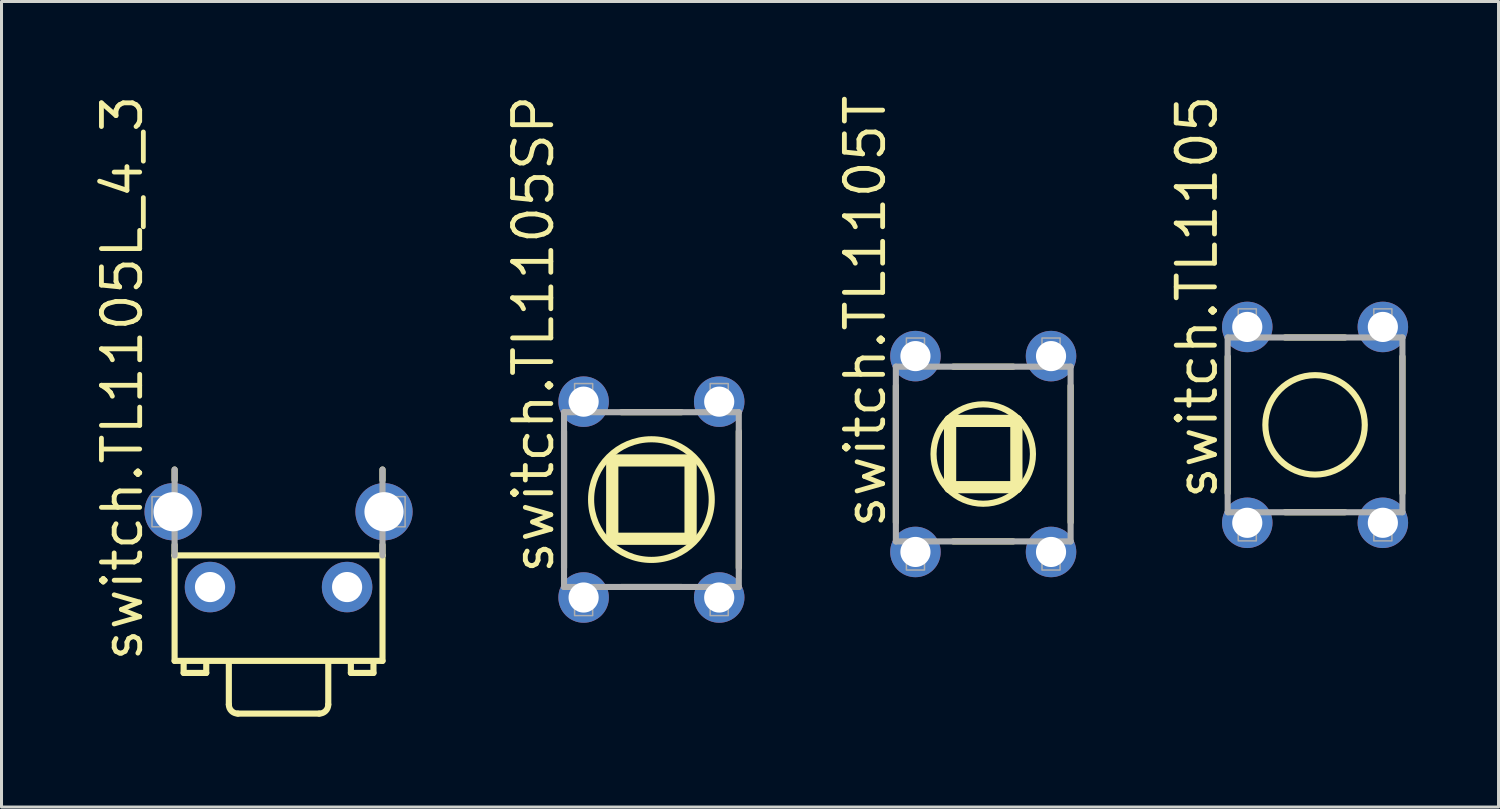
<source format=kicad_pcb>
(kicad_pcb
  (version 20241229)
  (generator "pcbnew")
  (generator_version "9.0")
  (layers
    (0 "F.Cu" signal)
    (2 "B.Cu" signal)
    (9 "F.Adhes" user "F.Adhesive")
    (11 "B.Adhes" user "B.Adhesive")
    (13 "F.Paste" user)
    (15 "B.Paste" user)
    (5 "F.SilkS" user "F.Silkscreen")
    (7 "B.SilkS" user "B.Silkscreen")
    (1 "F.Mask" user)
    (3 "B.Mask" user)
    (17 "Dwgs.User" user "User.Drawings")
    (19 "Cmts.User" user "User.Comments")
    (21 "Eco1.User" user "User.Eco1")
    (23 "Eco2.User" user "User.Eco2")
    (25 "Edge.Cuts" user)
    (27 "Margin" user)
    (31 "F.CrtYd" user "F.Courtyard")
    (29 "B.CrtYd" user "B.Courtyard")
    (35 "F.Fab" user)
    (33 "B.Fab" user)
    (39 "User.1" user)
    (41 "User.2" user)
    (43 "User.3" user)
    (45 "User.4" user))
  (footprint "switch.TL1105T"
    (layer "F.Cu")
    (at 29.583 12.019)
    (property "Reference" "switch.TL1105T" (at -3.175 2.54 90) (layer "F.SilkS") (effects (font (size 1.27 1.27) (thickness 0.16)) (justify left bottom)))
    (attr through_hole)
    (fp_line (start -2.9 -2.265) (end -2.9 2.265) (stroke (width 0.203) (type default)) (layer "F.SilkS"))
    (fp_line (start -1.1 -1.1) (end 1.1 -1.1) (stroke (width 0.406) (type default)) (layer "F.SilkS"))
    (fp_line (start -1.1 1.1) (end -1.1 -1.1) (stroke (width 0.406) (type default)) (layer "F.SilkS"))
    (fp_line (start -0.995 -2.9) (end 0.995 -2.9) (stroke (width 0.203) (type default)) (layer "F.SilkS"))
    (fp_line (start 0.995 2.9) (end -0.995 2.9) (stroke (width 0.203) (type default)) (layer "F.SilkS"))
    (fp_line (start 1.1 -1.1) (end 1.1 1.1) (stroke (width 0.406) (type default)) (layer "F.SilkS"))
    (fp_line (start 1.1 1.1) (end -1.1 1.1) (stroke (width 0.406) (type default)) (layer "F.SilkS"))
    (fp_line (start 2.9 -2.265) (end 2.9 2.265) (stroke (width 0.203) (type default)) (layer "F.SilkS"))
    (fp_circle (center 0 0) (end 1.65 0) (stroke (width 0.203) (type default)) (fill no) (layer "F.SilkS"))
    (fp_line (start -2.9 -2.9) (end -2.9 2.9) (stroke (width 0.203) (type default)) (layer "F.Fab"))
    (fp_line (start -2.9 -2.9) (end 2.9 -2.9) (stroke (width 0.203) (type default)) (layer "F.Fab"))
    (fp_line (start 2.9 -2.9) (end 2.9 2.9) (stroke (width 0.203) (type default)) (layer "F.Fab"))
    (fp_line (start 2.9 2.9) (end -2.9 2.9) (stroke (width 0.203) (type default)) (layer "F.Fab"))
    (fp_rect (start -2.55 -2.925) (end -1.95 -3.85) (stroke (width 0.05) (type default)) (fill no) (layer "F.Fab"))
    (fp_rect (start -2.55 3.85) (end -1.95 2.925) (stroke (width 0.05) (type default)) (fill no) (layer "F.Fab"))
    (fp_rect (start 1.95 -2.925) (end 2.55 -3.85) (stroke (width 0.05) (type default)) (fill no) (layer "F.Fab"))
    (fp_rect (start 1.95 3.85) (end 2.55 2.925) (stroke (width 0.05) (type default)) (fill no) (layer "F.Fab"))
    (pad "1" thru_hole circle (at -2.25 -3.25 90) (size 1.676 1.676) (drill 1) (layers "*.Cu" "*.Mask"))
    (pad "2" thru_hole circle (at 2.25 -3.25 90) (size 1.676 1.676) (drill 1) (layers "*.Cu" "*.Mask"))
    (pad "3" thru_hole circle (at -2.25 3.25 90) (size 1.676 1.676) (drill 1) (layers "*.Cu" "*.Mask"))
    (pad "4" thru_hole circle (at 2.25 3.25 90) (size 1.676 1.676) (drill 1) (layers "*.Cu" "*.Mask")))
  (footprint "switch.TL1105L_4_3"
    (layer "F.Cu")
    (at 6.195 16.434)
    (property "Reference" "switch.TL1105L_4_3" (at -4.445 2.54 90) (layer "F.SilkS") (effects (font (size 1.27 1.27) (thickness 0.16)) (justify left bottom)))
    (attr through_hole)
    (fp_line (start -3.45 -3.9) (end -3.45 -3.55) (stroke (width 0.203) (type default)) (layer "F.SilkS"))
    (fp_line (start -3.45 -1.4) (end -3.45 -1.05) (stroke (width 0.203) (type default)) (layer "F.SilkS"))
    (fp_line (start -3.45 -1.05) (end -3.45 2.45) (stroke (width 0.203) (type default)) (layer "F.SilkS"))
    (fp_line (start -3.45 -1.05) (end 3.45 -1.05) (stroke (width 0.203) (type default)) (layer "F.SilkS"))
    (fp_line (start -3.45 2.45) (end 3.45 2.45) (stroke (width 0.203) (type default)) (layer "F.SilkS"))
    (fp_line (start -3.15 2.55) (end -3.15 2.85) (stroke (width 0.203) (type default)) (layer "F.SilkS"))
    (fp_line (start -3.15 2.85) (end -2.4 2.85) (stroke (width 0.203) (type default)) (layer "F.SilkS"))
    (fp_line (start -2.4 2.55) (end -2.4 2.85) (stroke (width 0.203) (type default)) (layer "F.SilkS"))
    (fp_line (start -1.65 2.55) (end -1.65 3.9) (stroke (width 0.203) (type default)) (layer "F.SilkS"))
    (fp_line (start -1.35 4.2) (end 1.35 4.2) (stroke (width 0.203) (type default)) (layer "F.SilkS"))
    (fp_line (start 1.65 3.9) (end 1.65 2.55) (stroke (width 0.203) (type default)) (layer "F.SilkS"))
    (fp_line (start 2.4 2.85) (end 2.4 2.55) (stroke (width 0.203) (type default)) (layer "F.SilkS"))
    (fp_line (start 2.4 2.85) (end 3.15 2.85) (stroke (width 0.203) (type default)) (layer "F.SilkS"))
    (fp_line (start 3.15 2.85) (end 3.15 2.55) (stroke (width 0.203) (type default)) (layer "F.SilkS"))
    (fp_line (start 3.45 -3.55) (end 3.45 -3.9) (stroke (width 0.203) (type default)) (layer "F.SilkS"))
    (fp_line (start 3.45 -1.05) (end 3.45 -1.4) (stroke (width 0.203) (type default)) (layer "F.SilkS"))
    (fp_line (start 3.45 2.45) (end 3.45 -1.05) (stroke (width 0.203) (type default)) (layer "F.SilkS"))
    (fp_arc (start -1.35 4.2) (mid -1.562132 4.112132) (end -1.65 3.9) (stroke (width 0.2032) (type default)) (layer "F.SilkS"))
    (fp_arc (start 1.65 3.9) (mid 1.562132 4.112132) (end 1.35 4.2) (stroke (width 0.2032) (type default)) (layer "F.SilkS"))
    (fp_line (start -3.45 -3.9) (end -3.45 -1.05) (stroke (width 0.203) (type default)) (layer "F.Fab"))
    (fp_line (start 3.45 -1.05) (end 3.45 -3.9) (stroke (width 0.203) (type default)) (layer "F.Fab"))
    (fp_rect (start -4.2 -2) (end -3.45 -3) (stroke (width 0.05) (type default)) (fill no) (layer "F.Fab"))
    (fp_rect (start 3.45 -2) (end 4.2 -3) (stroke (width 0.05) (type default)) (fill no) (layer "F.Fab"))
    (pad "1" thru_hole circle (at -2.275 0 90) (size 1.676 1.676) (drill 1) (layers "*.Cu" "*.Mask"))
    (pad "2" thru_hole circle (at 2.275 0 90) (size 1.676 1.676) (drill 1) (layers "*.Cu" "*.Mask"))
    (pad "3" thru_hole circle (at -3.5 -2.5 90) (size 1.9 1.9) (drill 1.3) (layers "*.Cu" "*.Mask"))
    (pad "4" thru_hole circle (at 3.5 -2.5 90) (size 1.9 1.9) (drill 1.3) (layers "*.Cu" "*.Mask")))
  (footprint "switch.TL1105"
    (layer "F.Cu")
    (at 40.596 11.051)
    (property "Reference" "switch.TL1105" (at -3.175 2.54 90) (layer "F.SilkS") (effects (font (size 1.27 1.27) (thickness 0.16)) (justify left bottom)))
    (attr through_hole)
    (fp_line (start -2.9 -2.265) (end -2.9 2.265) (stroke (width 0.203) (type default)) (layer "F.SilkS"))
    (fp_line (start -0.995 -2.9) (end 0.995 -2.9) (stroke (width 0.203) (type default)) (layer "F.SilkS"))
    (fp_line (start 0.995 2.9) (end -0.995 2.9) (stroke (width 0.203) (type default)) (layer "F.SilkS"))
    (fp_line (start 2.9 -2.265) (end 2.9 2.265) (stroke (width 0.203) (type default)) (layer "F.SilkS"))
    (fp_circle (center 0 0) (end 1.65 0) (stroke (width 0.203) (type default)) (fill no) (layer "F.SilkS"))
    (fp_line (start -2.9 -2.9) (end -2.9 2.9) (stroke (width 0.203) (type default)) (layer "F.Fab"))
    (fp_line (start -2.9 -2.9) (end 2.9 -2.9) (stroke (width 0.203) (type default)) (layer "F.Fab"))
    (fp_line (start 2.9 -2.9) (end 2.9 2.9) (stroke (width 0.203) (type default)) (layer "F.Fab"))
    (fp_line (start 2.9 2.9) (end -2.9 2.9) (stroke (width 0.203) (type default)) (layer "F.Fab"))
    (fp_rect (start -2.55 -2.925) (end -1.95 -3.85) (stroke (width 0.05) (type default)) (fill no) (layer "F.Fab"))
    (fp_rect (start -2.55 3.85) (end -1.95 2.925) (stroke (width 0.05) (type default)) (fill no) (layer "F.Fab"))
    (fp_rect (start 1.95 -2.925) (end 2.55 -3.85) (stroke (width 0.05) (type default)) (fill no) (layer "F.Fab"))
    (fp_rect (start 1.95 3.85) (end 2.55 2.925) (stroke (width 0.05) (type default)) (fill no) (layer "F.Fab"))
    (pad "1" thru_hole circle (at -2.25 -3.25 90) (size 1.676 1.676) (drill 1) (layers "*.Cu" "*.Mask"))
    (pad "2" thru_hole circle (at 2.25 -3.25 90) (size 1.676 1.676) (drill 1) (layers "*.Cu" "*.Mask"))
    (pad "3" thru_hole circle (at -2.25 3.25 90) (size 1.676 1.676) (drill 1) (layers "*.Cu" "*.Mask"))
    (pad "4" thru_hole circle (at 2.25 3.25 90) (size 1.676 1.676) (drill 1) (layers "*.Cu" "*.Mask")))
  (footprint "switch.TL1105SP"
    (layer "F.Cu")
    (at 18.57 13.531)
    (property "Reference" "switch.TL1105SP" (at -3.175 2.54 90) (layer "F.SilkS") (effects (font (size 1.27 1.27) (thickness 0.16)) (justify left bottom)))
    (attr through_hole)
    (fp_line (start -2.9 -2.265) (end -2.9 2.265) (stroke (width 0.203) (type default)) (layer "F.SilkS"))
    (fp_line (start -1.3 -1.3) (end 1.3 -1.3) (stroke (width 0.406) (type default)) (layer "F.SilkS"))
    (fp_line (start -1.3 1.3) (end -1.3 -1.3) (stroke (width 0.406) (type default)) (layer "F.SilkS"))
    (fp_line (start -0.995 -2.9) (end 0.995 -2.9) (stroke (width 0.203) (type default)) (layer "F.SilkS"))
    (fp_line (start 0.995 2.9) (end -0.995 2.9) (stroke (width 0.203) (type default)) (layer "F.SilkS"))
    (fp_line (start 1.3 -1.3) (end 1.3 1.3) (stroke (width 0.406) (type default)) (layer "F.SilkS"))
    (fp_line (start 1.3 1.3) (end -1.3 1.3) (stroke (width 0.406) (type default)) (layer "F.SilkS"))
    (fp_line (start 2.9 -2.265) (end 2.9 2.265) (stroke (width 0.203) (type default)) (layer "F.SilkS"))
    (fp_circle (center 0 0) (end 2.002 0) (stroke (width 0.203) (type default)) (fill no) (layer "F.SilkS"))
    (fp_line (start -2.9 -2.9) (end -2.9 2.9) (stroke (width 0.203) (type default)) (layer "F.Fab"))
    (fp_line (start -2.9 -2.9) (end 2.9 -2.9) (stroke (width 0.203) (type default)) (layer "F.Fab"))
    (fp_line (start 2.9 -2.9) (end 2.9 2.9) (stroke (width 0.203) (type default)) (layer "F.Fab"))
    (fp_line (start 2.9 2.9) (end -2.9 2.9) (stroke (width 0.203) (type default)) (layer "F.Fab"))
    (fp_rect (start -2.55 -2.925) (end -1.95 -3.85) (stroke (width 0.05) (type default)) (fill no) (layer "F.Fab"))
    (fp_rect (start -2.55 3.85) (end -1.95 2.925) (stroke (width 0.05) (type default)) (fill no) (layer "F.Fab"))
    (fp_rect (start 1.95 -2.925) (end 2.55 -3.85) (stroke (width 0.05) (type default)) (fill no) (layer "F.Fab"))
    (fp_rect (start 1.95 3.85) (end 2.55 2.925) (stroke (width 0.05) (type default)) (fill no) (layer "F.Fab"))
    (pad "1" thru_hole circle (at -2.25 -3.25 90) (size 1.676 1.676) (drill 1) (layers "*.Cu" "*.Mask"))
    (pad "2" thru_hole circle (at 2.25 -3.25 90) (size 1.676 1.676) (drill 1) (layers "*.Cu" "*.Mask"))
    (pad "3" thru_hole circle (at -2.25 3.25 90) (size 1.676 1.676) (drill 1) (layers "*.Cu" "*.Mask"))
    (pad "4" thru_hole circle (at 2.25 3.25 90) (size 1.676 1.676) (drill 1) (layers "*.Cu" "*.Mask")))
  (gr_rect
    (start -3 -3)
    (end 46.685 23.735)
    (stroke (width 0.1) (type default))
    (fill no)
    (layer "Edge.Cuts")))
</source>
